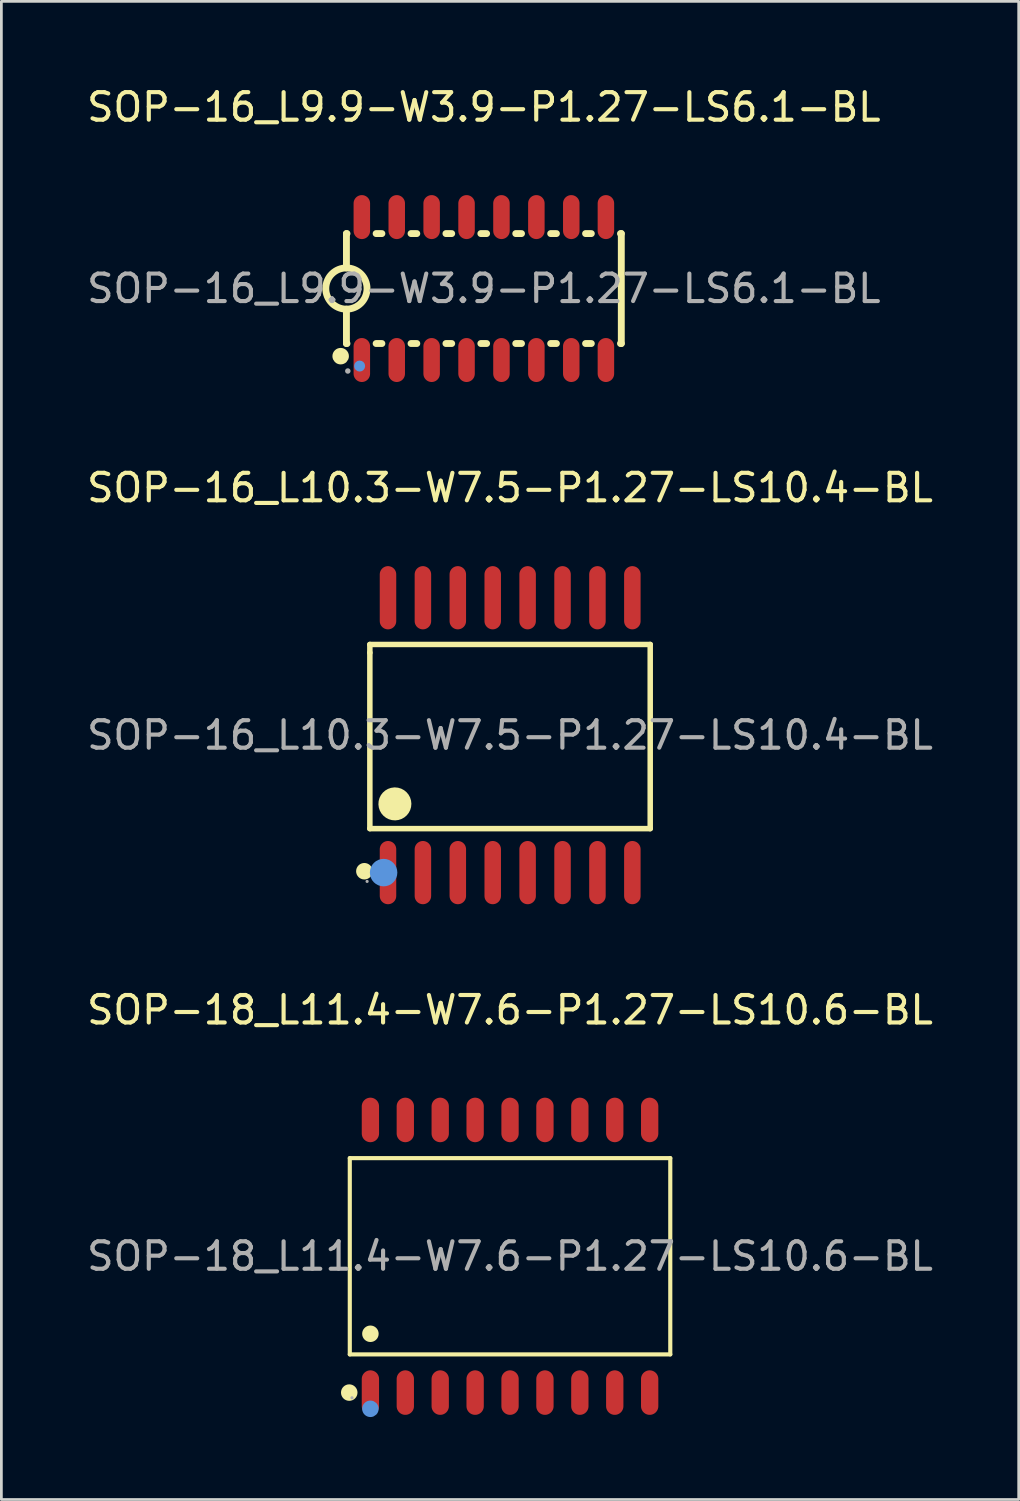
<source format=kicad_pcb>
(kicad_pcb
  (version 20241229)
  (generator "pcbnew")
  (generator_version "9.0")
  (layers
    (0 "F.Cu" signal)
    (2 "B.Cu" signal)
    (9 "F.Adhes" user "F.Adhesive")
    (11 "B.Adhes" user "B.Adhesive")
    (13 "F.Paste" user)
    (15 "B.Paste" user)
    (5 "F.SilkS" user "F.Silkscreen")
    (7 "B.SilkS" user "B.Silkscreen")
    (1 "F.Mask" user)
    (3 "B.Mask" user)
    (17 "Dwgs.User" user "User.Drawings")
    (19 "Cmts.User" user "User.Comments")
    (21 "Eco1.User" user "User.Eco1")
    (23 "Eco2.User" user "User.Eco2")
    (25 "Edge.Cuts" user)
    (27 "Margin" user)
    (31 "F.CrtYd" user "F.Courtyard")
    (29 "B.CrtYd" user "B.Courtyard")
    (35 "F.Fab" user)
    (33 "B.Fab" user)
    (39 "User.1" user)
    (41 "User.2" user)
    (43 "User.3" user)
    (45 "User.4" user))
  (footprint "SOP-16_L9.9-W3.9-P1.27-LS6.1-BL"
    (layer "F.Cu")
    (at 14.554 7.448)
    (property "Reference" "SOP-16_L9.9-W3.9-P1.27-LS6.1-BL" (at 0 -6.6 0) (layer "F.SilkS") (effects (font (size 1 1) (thickness 0.15))))
    (attr through_hole)
    (fp_line (start -5 -2) (end -5 -0.75) (stroke (width 0.25) (type solid)) (layer "F.SilkS"))
    (fp_line (start -5 -2) (end -4.98 -2) (stroke (width 0.25) (type solid)) (layer "F.SilkS"))
    (fp_line (start -5 2) (end -5 0.75) (stroke (width 0.25) (type solid)) (layer "F.SilkS"))
    (fp_line (start -5 2) (end -4.98 2) (stroke (width 0.25) (type solid)) (layer "F.SilkS"))
    (fp_line (start -3.92 -2) (end -3.71 -2) (stroke (width 0.25) (type solid)) (layer "F.SilkS"))
    (fp_line (start -3.92 2) (end -3.71 2) (stroke (width 0.25) (type solid)) (layer "F.SilkS"))
    (fp_line (start -2.65 -2) (end -2.44 -2) (stroke (width 0.25) (type solid)) (layer "F.SilkS"))
    (fp_line (start -2.65 2) (end -2.44 2) (stroke (width 0.25) (type solid)) (layer "F.SilkS"))
    (fp_line (start -1.38 -2) (end -1.17 -2) (stroke (width 0.25) (type solid)) (layer "F.SilkS"))
    (fp_line (start -1.38 2) (end -1.17 2) (stroke (width 0.25) (type solid)) (layer "F.SilkS"))
    (fp_line (start -0.11 -2) (end 0.1 -2) (stroke (width 0.25) (type solid)) (layer "F.SilkS"))
    (fp_line (start -0.11 2) (end 0.1 2) (stroke (width 0.25) (type solid)) (layer "F.SilkS"))
    (fp_line (start 1.16 -2) (end 1.37 -2) (stroke (width 0.25) (type solid)) (layer "F.SilkS"))
    (fp_line (start 1.16 2) (end 1.37 2) (stroke (width 0.25) (type solid)) (layer "F.SilkS"))
    (fp_line (start 2.43 -2) (end 2.64 -2) (stroke (width 0.25) (type solid)) (layer "F.SilkS"))
    (fp_line (start 2.43 2) (end 2.64 2) (stroke (width 0.25) (type solid)) (layer "F.SilkS"))
    (fp_line (start 3.7 -2) (end 3.91 -2) (stroke (width 0.25) (type solid)) (layer "F.SilkS"))
    (fp_line (start 3.7 2) (end 3.91 2) (stroke (width 0.25) (type solid)) (layer "F.SilkS"))
    (fp_line (start 4.97 -2) (end 5 -2) (stroke (width 0.25) (type solid)) (layer "F.SilkS"))
    (fp_line (start 4.97 2) (end 5 2) (stroke (width 0.25) (type solid)) (layer "F.SilkS"))
    (fp_line (start 5 2) (end 5 -2) (stroke (width 0.25) (type solid)) (layer "F.SilkS"))
    (fp_arc (start -5.21 2.46) (mid -5.21 2.46) (end -5.21 2.46) (stroke (width 0.3) (type solid)) (layer "F.SilkS"))
    (fp_arc (start -5.013089 0.749886) (mid -4.993455 -0.749972) (end -5 0.75) (stroke (width 0.25) (type solid)) (layer "F.SilkS"))
    (fp_circle (center -4.52 2.82) (end -4.42 2.82) (stroke (width 0.2) (type solid)) (fill no) (layer "Cmts.User"))
    (fp_circle (center -4.95 3) (end -4.9 3) (stroke (width 0.1) (type solid)) (fill no) (layer "F.Fab"))
    (fp_text user "${REFERENCE}" (at 0 0 0) (layer "F.Fab") (effects (font (size 1 1) (thickness 0.15))))
    (pad "1" smd oval (at -4.44 2.6 180) (size 0.6 1.6) (layers "F.Cu" "F.Mask" "F.Paste"))
    (pad "2" smd oval (at -3.17 2.6 180) (size 0.6 1.6) (layers "F.Cu" "F.Mask" "F.Paste"))
    (pad "3" smd oval (at -1.9 2.6 180) (size 0.6 1.6) (layers "F.Cu" "F.Mask" "F.Paste"))
    (pad "4" smd oval (at -0.63 2.6 180) (size 0.6 1.6) (layers "F.Cu" "F.Mask" "F.Paste"))
    (pad "5" smd oval (at 0.64 2.6 180) (size 0.6 1.6) (layers "F.Cu" "F.Mask" "F.Paste"))
    (pad "6" smd oval (at 1.91 2.6 180) (size 0.6 1.6) (layers "F.Cu" "F.Mask" "F.Paste"))
    (pad "7" smd oval (at 3.18 2.6 180) (size 0.6 1.6) (layers "F.Cu" "F.Mask" "F.Paste"))
    (pad "8" smd oval (at 4.44 2.6 180) (size 0.6 1.6) (layers "F.Cu" "F.Mask" "F.Paste"))
    (pad "9" smd oval (at 4.44 -2.6 180) (size 0.6 1.6) (layers "F.Cu" "F.Mask" "F.Paste"))
    (pad "10" smd oval (at 3.18 -2.6 180) (size 0.6 1.6) (layers "F.Cu" "F.Mask" "F.Paste"))
    (pad "11" smd oval (at 1.91 -2.6 180) (size 0.6 1.6) (layers "F.Cu" "F.Mask" "F.Paste"))
    (pad "12" smd oval (at 0.64 -2.6 180) (size 0.6 1.6) (layers "F.Cu" "F.Mask" "F.Paste"))
    (pad "13" smd oval (at -0.63 -2.6 180) (size 0.6 1.6) (layers "F.Cu" "F.Mask" "F.Paste"))
    (pad "14" smd oval (at -1.9 -2.6 180) (size 0.6 1.6) (layers "F.Cu" "F.Mask" "F.Paste"))
    (pad "15" smd oval (at -3.17 -2.6 180) (size 0.6 1.6) (layers "F.Cu" "F.Mask" "F.Paste"))
    (pad "16" smd oval (at -4.44 -2.6 180) (size 0.6 1.6) (layers "F.Cu" "F.Mask" "F.Paste")))
  (footprint "SOP-16_L10.3-W7.5-P1.27-LS10.4-BL"
    (layer "F.Cu")
    (at 15.506 23.697)
    (property "Reference" "SOP-16_L10.3-W7.5-P1.27-LS10.4-BL" (at 0 -9 0) (layer "F.SilkS") (effects (font (size 1 1) (thickness 0.15))))
    (attr through_hole)
    (fp_line (start -5.1 -3.3) (end -5.1 -3) (stroke (width 0.2) (type solid)) (layer "F.SilkS"))
    (fp_line (start -5.1 -3) (end -5.1 3.4) (stroke (width 0.2) (type solid)) (layer "F.SilkS"))
    (fp_line (start -5.1 3.4) (end 5.1 3.4) (stroke (width 0.2) (type solid)) (layer "F.SilkS"))
    (fp_line (start 5.1 -3.3) (end -5.1 -3.3) (stroke (width 0.2) (type solid)) (layer "F.SilkS"))
    (fp_line (start 5.1 3.4) (end 5.1 -3.3) (stroke (width 0.2) (type solid)) (layer "F.SilkS"))
    (fp_arc (start -5.3 4.95) (mid -5.3 4.95) (end -5.3 4.95) (stroke (width 0.3) (type solid)) (layer "F.SilkS"))
    (fp_arc (start -4.19 2.2) (mid -4.185 2.799958) (end -4.199999 2.200167) (stroke (width 0.6) (type solid)) (layer "F.SilkS"))
    (fp_circle (center -4.6 5) (end -4.35 5) (stroke (width 0.5) (type solid)) (fill no) (layer "Cmts.User"))
    (fp_circle (center -5.2 5.32) (end -5.17 5.32) (stroke (width 0.06) (type solid)) (fill no) (layer "F.Fab"))
    (fp_text user "${REFERENCE}" (at 0 0 0) (layer "F.Fab") (effects (font (size 1 1) (thickness 0.15))))
    (pad "1" smd oval (at -4.44 5 180) (size 0.6 2.3) (layers "F.Cu" "F.Mask" "F.Paste"))
    (pad "2" smd oval (at -3.17 5 180) (size 0.6 2.3) (layers "F.Cu" "F.Mask" "F.Paste"))
    (pad "3" smd oval (at -1.9 5 180) (size 0.6 2.3) (layers "F.Cu" "F.Mask" "F.Paste"))
    (pad "4" smd oval (at -0.63 5 180) (size 0.6 2.3) (layers "F.Cu" "F.Mask" "F.Paste"))
    (pad "5" smd oval (at 0.64 5 180) (size 0.6 2.3) (layers "F.Cu" "F.Mask" "F.Paste"))
    (pad "6" smd oval (at 1.91 5 180) (size 0.6 2.3) (layers "F.Cu" "F.Mask" "F.Paste"))
    (pad "7" smd oval (at 3.18 5 180) (size 0.6 2.3) (layers "F.Cu" "F.Mask" "F.Paste"))
    (pad "8" smd oval (at 4.45 5 180) (size 0.6 2.3) (layers "F.Cu" "F.Mask" "F.Paste"))
    (pad "9" smd oval (at 4.45 -5 180) (size 0.6 2.3) (layers "F.Cu" "F.Mask" "F.Paste"))
    (pad "10" smd oval (at 3.18 -5 180) (size 0.6 2.3) (layers "F.Cu" "F.Mask" "F.Paste"))
    (pad "11" smd oval (at 1.91 -5 180) (size 0.6 2.3) (layers "F.Cu" "F.Mask" "F.Paste"))
    (pad "12" smd oval (at 0.64 -5 180) (size 0.6 2.3) (layers "F.Cu" "F.Mask" "F.Paste"))
    (pad "13" smd oval (at -0.63 -5 180) (size 0.6 2.3) (layers "F.Cu" "F.Mask" "F.Paste"))
    (pad "14" smd oval (at -1.9 -5 180) (size 0.6 2.3) (layers "F.Cu" "F.Mask" "F.Paste"))
    (pad "15" smd oval (at -3.17 -5 180) (size 0.6 2.3) (layers "F.Cu" "F.Mask" "F.Paste"))
    (pad "16" smd oval (at -4.44 -5 180) (size 0.6 2.3) (layers "F.Cu" "F.Mask" "F.Paste")))
  (footprint "SOP-18_L11.4-W7.6-P1.27-LS10.6-BL"
    (layer "F.Cu")
    (at 15.506 42.655)
    (property "Reference" "SOP-18_L11.4-W7.6-P1.27-LS10.6-BL" (at 0 -8.96 0) (layer "F.SilkS") (effects (font (size 1 1) (thickness 0.15))))
    (attr through_hole)
    (fp_line (start -5.83 -3.57) (end 5.83 -3.57) (stroke (width 0.15) (type solid)) (layer "F.SilkS"))
    (fp_line (start -5.83 3.57) (end -5.83 -3.57) (stroke (width 0.15) (type solid)) (layer "F.SilkS"))
    (fp_line (start 5.83 -3.57) (end 5.83 3.57) (stroke (width 0.15) (type solid)) (layer "F.SilkS"))
    (fp_line (start 5.83 3.57) (end -5.83 3.57) (stroke (width 0.15) (type solid)) (layer "F.SilkS"))
    (fp_circle (center -5.85 4.96) (end -5.7 4.96) (stroke (width 0.3) (type solid)) (fill no) (layer "F.SilkS"))
    (fp_circle (center -5.08 2.82) (end -4.93 2.82) (stroke (width 0.3) (type solid)) (fill no) (layer "F.SilkS"))
    (fp_circle (center -5.08 5.55) (end -4.93 5.55) (stroke (width 0.3) (type solid)) (fill no) (layer "Cmts.User"))
    (fp_circle (center -5.75 5.15) (end -5.72 5.15) (stroke (width 0.06) (type solid)) (fill no) (layer "F.Fab"))
    (fp_text user "${REFERENCE}" (at 0 0 0) (layer "F.Fab") (effects (font (size 1 1) (thickness 0.15))))
    (pad "1" smd oval (at -5.08 4.96) (size 0.63 1.62) (layers "F.Cu" "F.Mask" "F.Paste"))
    (pad "2" smd oval (at -3.81 4.96) (size 0.63 1.62) (layers "F.Cu" "F.Mask" "F.Paste"))
    (pad "3" smd oval (at -2.54 4.96) (size 0.63 1.62) (layers "F.Cu" "F.Mask" "F.Paste"))
    (pad "4" smd oval (at -1.27 4.96) (size 0.63 1.62) (layers "F.Cu" "F.Mask" "F.Paste"))
    (pad "5" smd oval (at 0 4.96) (size 0.63 1.62) (layers "F.Cu" "F.Mask" "F.Paste"))
    (pad "6" smd oval (at 1.27 4.96) (size 0.63 1.62) (layers "F.Cu" "F.Mask" "F.Paste"))
    (pad "7" smd oval (at 2.54 4.96) (size 0.63 1.62) (layers "F.Cu" "F.Mask" "F.Paste"))
    (pad "8" smd oval (at 3.81 4.96) (size 0.63 1.62) (layers "F.Cu" "F.Mask" "F.Paste"))
    (pad "9" smd oval (at 5.08 4.96) (size 0.63 1.62) (layers "F.Cu" "F.Mask" "F.Paste"))
    (pad "10" smd oval (at 5.08 -4.96) (size 0.63 1.62) (layers "F.Cu" "F.Mask" "F.Paste"))
    (pad "11" smd oval (at 3.81 -4.96) (size 0.63 1.62) (layers "F.Cu" "F.Mask" "F.Paste"))
    (pad "12" smd oval (at 2.54 -4.96) (size 0.63 1.62) (layers "F.Cu" "F.Mask" "F.Paste"))
    (pad "13" smd oval (at 1.27 -4.96) (size 0.63 1.62) (layers "F.Cu" "F.Mask" "F.Paste"))
    (pad "14" smd oval (at 0 -4.96) (size 0.63 1.62) (layers "F.Cu" "F.Mask" "F.Paste"))
    (pad "15" smd oval (at -1.27 -4.96) (size 0.63 1.62) (layers "F.Cu" "F.Mask" "F.Paste"))
    (pad "16" smd oval (at -2.54 -4.96) (size 0.63 1.62) (layers "F.Cu" "F.Mask" "F.Paste"))
    (pad "17" smd oval (at -3.81 -4.96) (size 0.63 1.62) (layers "F.Cu" "F.Mask" "F.Paste"))
    (pad "18" smd oval (at -5.08 -4.96) (size 0.63 1.62) (layers "F.Cu" "F.Mask" "F.Paste")))
  (gr_rect
    (start -3 -3)
    (end 34.012 51.505)
    (stroke (width 0.1) (type default))
    (fill no)
    (layer "Edge.Cuts")))
</source>
